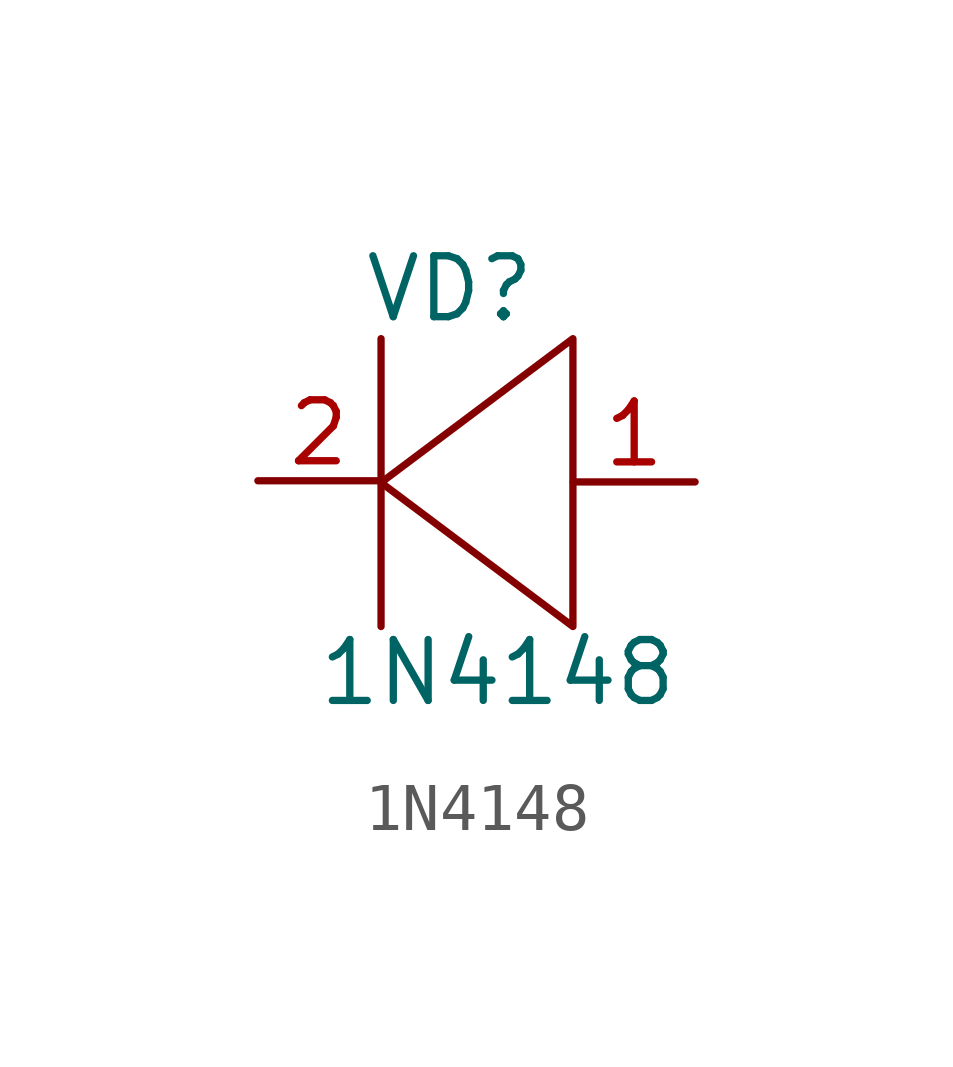
<source format=kicad_sym>
(kicad_symbol_lib
  (version 20231120)
  (generator "kicad_symbol_editor")
  (generator_version "8.0")
  (symbol "1N4148"
    (property "Reference" "VD"
      (at 4 4 0)
      (effects (font (size 1.27 1.27))))
    (property "Value" "1N4148"
      (at 5 -4 0)
      (effects (font (size 1.27 1.27))))
    (symbol "1N4148_0_1"
      (polyline (pts (xy 2.567 2.962) (xy 2.567 -3.038)) (stroke (width 0) (type default)) (fill (type none)))
      (polyline (pts (xy 2.567 -0.038) (xy 6.567 2.962) (xy 6.567 -3.038) (xy 2.567 -0.038)) (stroke (width 0) (type default)) (fill (type none))))
    (symbol "1N4148_1_1"
      (pin input line (at 9.114 -0.024 180) (length 2.54) (name "" (effects (font (size 1.27 1.27)))) (number "1" (effects (font (size 1.27 1.27)))))
      (pin input line (at 0 0 0) (length 2.54) (name "" (effects (font (size 1.27 1.27)))) (number "2" (effects (font (size 1.27 1.27))))))))
</source>
